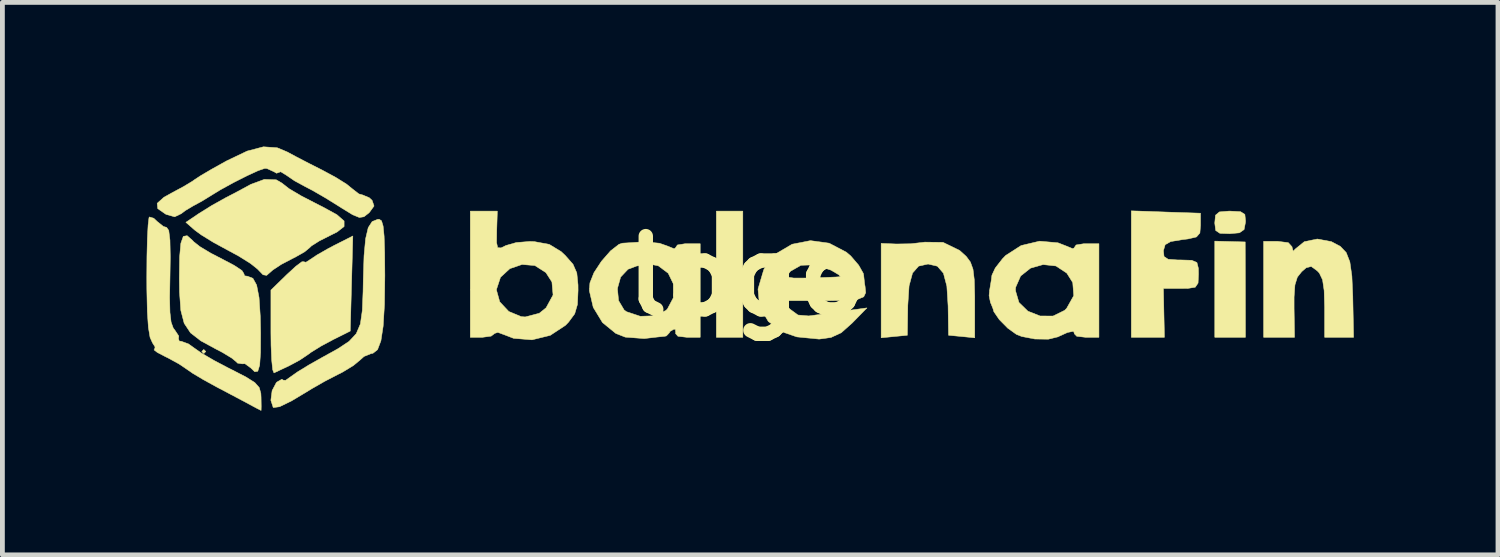
<source format=kicad_pcb>
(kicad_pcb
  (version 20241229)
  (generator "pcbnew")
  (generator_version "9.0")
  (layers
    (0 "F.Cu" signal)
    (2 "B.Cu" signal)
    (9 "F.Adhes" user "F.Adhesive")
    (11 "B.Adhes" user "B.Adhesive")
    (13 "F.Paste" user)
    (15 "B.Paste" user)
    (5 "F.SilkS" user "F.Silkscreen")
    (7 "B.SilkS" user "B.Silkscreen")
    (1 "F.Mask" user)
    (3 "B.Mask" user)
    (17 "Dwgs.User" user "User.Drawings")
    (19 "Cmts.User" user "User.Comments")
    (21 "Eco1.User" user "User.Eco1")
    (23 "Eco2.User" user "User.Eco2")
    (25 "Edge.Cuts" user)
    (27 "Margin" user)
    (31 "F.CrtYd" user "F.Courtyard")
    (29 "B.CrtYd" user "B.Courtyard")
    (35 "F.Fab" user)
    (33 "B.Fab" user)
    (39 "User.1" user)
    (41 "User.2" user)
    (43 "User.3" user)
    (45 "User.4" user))
  (footprint "logo"
    (layer "F.Cu")
    (at 12.494 2.699)
    (property "Reference" "logo" (at 0 0 0) (layer "F.SilkS") (effects (font (size 1.524 1.524) (thickness 0.3))))
    (attr through_hole)
    (fp_poly (pts (xy -11.261 1.566) (xy -11.303 1.609) (xy -11.345 1.566) (xy -11.303 1.524) (xy -11.261 1.566)) (stroke (width 0.01) (type solid)) (fill yes) (layer "F.SilkS"))
    (fp_poly (pts (xy -0.085 1.27) (xy -0.636 1.27) (xy -0.636 -1.355) (xy -0.085 -1.355) (xy -0.085 1.27)) (stroke (width 0.01) (type solid)) (fill yes) (layer "F.SilkS"))
    (fp_poly (pts (xy 10.37 -0.714) (xy 10.373 0.278) (xy 10.375 1.27) (xy 9.737 1.27) (xy 9.737 -0.731) (xy 10.37 -0.714)) (stroke (width 0.01) (type solid)) (fill yes) (layer "F.SilkS"))
    (fp_poly (pts (xy 10.273 -1.344) (xy 10.363 -1.287) (xy 10.377 -1.151) (xy 10.376 -1.125) (xy 10.347 -0.972) (xy 10.25 -0.904) (xy 10.05 -0.886) (xy 9.844 -0.893) (xy 9.756 -0.952) (xy 9.737 -1.101) (xy 9.737 -1.116) (xy 9.752 -1.271) (xy 9.833 -1.339) (xy 10.026 -1.355) (xy 10.062 -1.355) (xy 10.273 -1.344)) (stroke (width 0.01) (type solid)) (fill yes) (layer "F.SilkS"))
    (fp_poly (pts (xy -8.228 0.152) (xy -8.255 1.141) (xy -8.616 1.321) (xy -8.867 1.456) (xy -9.072 1.583) (xy -9.124 1.622) (xy -9.307 1.745) (xy -9.525 1.862) (xy -9.718 1.953) (xy -9.839 2.01) (xy -9.842 2.012) (xy -9.869 1.946) (xy -9.89 1.745) (xy -9.903 1.441) (xy -9.906 1.165) (xy -9.906 0.288) (xy -9.567 -0.042) (xy -9.385 -0.209) (xy -9.262 -0.301) (xy -9.229 -0.303) (xy -9.177 -0.291) (xy -9.098 -0.342) (xy -8.947 -0.443) (xy -8.712 -0.577) (xy -8.585 -0.644) (xy -8.201 -0.838) (xy -8.228 0.152)) (stroke (width 0.01) (type solid)) (fill yes) (layer "F.SilkS"))
    (fp_poly (pts (xy 8.72 -1.336) (xy 9.44 -1.312) (xy 9.44 -1.058) (xy 9.427 -0.9) (xy 9.356 -0.818) (xy 9.182 -0.777) (xy 9.059 -0.762) (xy 8.819 -0.722) (xy 8.704 -0.656) (xy 8.669 -0.536) (xy 8.668 -0.529) (xy 8.681 -0.41) (xy 8.765 -0.354) (xy 8.965 -0.339) (xy 9.028 -0.339) (xy 9.258 -0.332) (xy 9.365 -0.286) (xy 9.396 -0.164) (xy 9.398 -0.042) (xy 9.389 0.142) (xy 9.331 0.228) (xy 9.177 0.253) (xy 9.033 0.254) (xy 8.668 0.254) (xy 8.678 0.762) (xy 8.689 1.27) (xy 8 1.27) (xy 8 -1.361) (xy 8.72 -1.336)) (stroke (width 0.01) (type solid)) (fill yes) (layer "F.SilkS"))
    (fp_poly (pts (xy 4.082 -0.705) (xy 4.427 -0.537) (xy 4.564 -0.413) (xy 4.651 -0.296) (xy 4.705 -0.147) (xy 4.732 0.075) (xy 4.741 0.414) (xy 4.741 0.529) (xy 4.741 1.281) (xy 4.469 1.254) (xy 4.196 1.228) (xy 4.187 0.619) (xy 4.161 0.206) (xy 4.09 -0.063) (xy 3.964 -0.209) (xy 3.773 -0.254) (xy 3.768 -0.254) (xy 3.574 -0.211) (xy 3.447 -0.067) (xy 3.375 0.199) (xy 3.348 0.608) (xy 3.348 0.619) (xy 3.339 1.228) (xy 3.067 1.254) (xy 2.794 1.281) (xy 2.794 -0.684) (xy 3.111 -0.671) (xy 3.41 -0.676) (xy 3.691 -0.708) (xy 3.698 -0.71) (xy 4.082 -0.705)) (stroke (width 0.01) (type solid)) (fill yes) (layer "F.SilkS"))
    (fp_poly (pts (xy 12.16 -0.721) (xy 12.168 -0.718) (xy 12.349 -0.622) (xy 12.472 -0.493) (xy 12.548 -0.299) (xy 12.59 -0.005) (xy 12.609 0.42) (xy 12.61 0.487) (xy 12.626 1.27) (xy 12.023 1.27) (xy 12.023 0.648) (xy 12.013 0.298) (xy 11.98 0.074) (xy 11.913 -0.066) (xy 11.869 -0.113) (xy 11.744 -0.204) (xy 11.64 -0.177) (xy 11.546 -0.096) (xy 11.455 0.019) (xy 11.405 0.18) (xy 11.387 0.433) (xy 11.387 0.665) (xy 11.397 1.27) (xy 10.753 1.27) (xy 10.753 -0.726) (xy 11.049 -0.726) (xy 11.267 -0.699) (xy 11.345 -0.612) (xy 11.347 -0.596) (xy 11.368 -0.52) (xy 11.412 -0.566) (xy 11.6 -0.719) (xy 11.87 -0.775) (xy 12.16 -0.721)) (stroke (width 0.01) (type solid)) (fill yes) (layer "F.SilkS"))
    (fp_poly (pts (xy -11.533 -0.741) (xy -11.514 -0.719) (xy -11.385 -0.617) (xy -11.155 -0.479) (xy -10.911 -0.353) (xy -10.667 -0.224) (xy -10.508 -0.118) (xy -10.47 -0.057) (xy -10.454 -0.009) (xy -10.391 0) (xy -10.281 0.043) (xy -10.203 0.184) (xy -10.153 0.443) (xy -10.127 0.84) (xy -10.12 1.171) (xy -10.122 1.586) (xy -10.14 1.85) (xy -10.179 1.977) (xy -10.243 1.987) (xy -10.329 1.905) (xy -10.446 1.82) (xy -10.502 1.823) (xy -10.603 1.807) (xy -10.622 1.784) (xy -10.722 1.702) (xy -10.921 1.582) (xy -11.05 1.515) (xy -11.365 1.344) (xy -11.579 1.178) (xy -11.711 0.979) (xy -11.781 0.71) (xy -11.808 0.332) (xy -11.812 0.036) (xy -11.806 -0.403) (xy -11.78 -0.688) (xy -11.729 -0.83) (xy -11.649 -0.844) (xy -11.533 -0.741)) (stroke (width 0.01) (type solid)) (fill yes) (layer "F.SilkS"))
    (fp_poly (pts (xy -9.794 -2.007) (xy -9.676 -1.938) (xy -9.528 -1.822) (xy -9.277 -1.673) (xy -8.897 -1.477) (xy -8.84 -1.449) (xy -8.534 -1.282) (xy -8.383 -1.15) (xy -8.383 -1.035) (xy -8.529 -0.921) (xy -8.667 -0.852) (xy -8.899 -0.735) (xy -9.062 -0.632) (xy -9.1 -0.595) (xy -9.204 -0.509) (xy -9.4 -0.397) (xy -9.465 -0.365) (xy -9.695 -0.244) (xy -9.867 -0.13) (xy -9.891 -0.109) (xy -9.995 -0.018) (xy -10.07 -0.031) (xy -10.183 -0.148) (xy -10.328 -0.264) (xy -10.57 -0.416) (xy -10.81 -0.546) (xy -11.101 -0.704) (xy -11.354 -0.86) (xy -11.489 -0.959) (xy -11.676 -1.122) (xy -11.405 -1.305) (xy -11.132 -1.475) (xy -10.847 -1.634) (xy -10.837 -1.639) (xy -10.58 -1.773) (xy -10.348 -1.899) (xy -10.329 -1.91) (xy -10.043 -2.016) (xy -9.794 -2.007)) (stroke (width 0.01) (type solid)) (fill yes) (layer "F.SilkS"))
    (fp_poly (pts (xy -7.604 -1.154) (xy -7.571 -1.044) (xy -7.55 -0.833) (xy -7.539 -0.499) (xy -7.535 -0.018) (xy -7.535 -0.006) (xy -7.543 0.593) (xy -7.57 1.038) (xy -7.617 1.344) (xy -7.687 1.528) (xy -7.784 1.604) (xy -7.819 1.609) (xy -7.968 1.669) (xy -8.047 1.74) (xy -8.188 1.857) (xy -8.413 1.994) (xy -8.502 2.039) (xy -8.784 2.185) (xy -9.05 2.337) (xy -9.102 2.369) (xy -9.473 2.592) (xy -9.725 2.715) (xy -9.852 2.733) (xy -9.859 2.729) (xy -9.907 2.581) (xy -9.881 2.38) (xy -9.794 2.215) (xy -9.779 2.201) (xy -9.677 2.143) (xy -9.652 2.162) (xy -9.6 2.166) (xy -9.504 2.098) (xy -9.354 1.992) (xy -9.109 1.842) (xy -8.848 1.695) (xy -8.512 1.509) (xy -8.279 1.355) (xy -8.13 1.195) (xy -8.044 0.993) (xy -8.004 0.713) (xy -7.988 0.317) (xy -7.984 0.075) (xy -7.968 -0.427) (xy -7.935 -0.782) (xy -7.881 -1.011) (xy -7.799 -1.138) (xy -7.684 -1.184) (xy -7.652 -1.185) (xy -7.604 -1.154)) (stroke (width 0.01) (type solid)) (fill yes) (layer "F.SilkS"))
    (fp_poly (pts (xy -5.207 -0.944) (xy -5.21 -0.701) (xy -5.187 -0.594) (xy -5.117 -0.59) (xy -5.014 -0.64) (xy -4.801 -0.701) (xy -4.519 -0.724) (xy -4.426 -0.721) (xy -4.113 -0.663) (xy -3.866 -0.513) (xy -3.778 -0.43) (xy -3.619 -0.249) (xy -3.54 -0.069) (xy -3.515 0.18) (xy -3.514 0.296) (xy -3.527 0.587) (xy -3.584 0.782) (xy -3.712 0.955) (xy -3.778 1.023) (xy -4.093 1.23) (xy -4.473 1.323) (xy -4.855 1.292) (xy -5.029 1.225) (xy -5.183 1.168) (xy -5.249 1.189) (xy -5.249 1.19) (xy -5.323 1.246) (xy -5.5 1.27) (xy -5.503 1.27) (xy -5.757 1.27) (xy -5.757 0.284) (xy -5.213 0.284) (xy -5.144 0.532) (xy -4.956 0.733) (xy -4.699 0.84) (xy -4.614 0.847) (xy -4.32 0.77) (xy -4.179 0.656) (xy -4.034 0.39) (xy -4.058 0.119) (xy -4.183 -0.076) (xy -4.413 -0.223) (xy -4.68 -0.245) (xy -4.934 -0.158) (xy -5.128 0.021) (xy -5.212 0.275) (xy -5.213 0.284) (xy -5.757 0.284) (xy -5.757 -1.355) (xy -5.194 -1.355) (xy -5.207 -0.944)) (stroke (width 0.01) (type solid)) (fill yes) (layer "F.SilkS"))
    (fp_poly (pts (xy -1.82 -0.687) (xy -1.65 -0.627) (xy -1.514 -0.572) (xy -1.482 -0.593) (xy -1.484 -0.596) (xy -1.446 -0.651) (xy -1.284 -0.677) (xy -1.253 -0.677) (xy -0.972 -0.677) (xy -0.972 1.27) (xy -1.253 1.27) (xy -1.435 1.249) (xy -1.485 1.193) (xy -1.482 1.185) (xy -1.488 1.107) (xy -1.519 1.101) (xy -1.605 1.152) (xy -1.609 1.171) (xy -1.676 1.242) (xy -1.714 1.25) (xy -1.865 1.265) (xy -2.096 1.292) (xy -2.136 1.297) (xy -2.532 1.267) (xy -2.728 1.19) (xy -3.005 0.964) (xy -3.198 0.647) (xy -3.279 0.3) (xy -3.276 0.256) (xy -2.695 0.256) (xy -2.671 0.507) (xy -2.555 0.702) (xy -2.506 0.738) (xy -2.22 0.833) (xy -1.924 0.823) (xy -1.686 0.712) (xy -1.654 0.68) (xy -1.523 0.433) (xy -1.525 0.169) (xy -1.638 -0.063) (xy -1.845 -0.218) (xy -2.035 -0.254) (xy -2.295 -0.213) (xy -2.474 -0.146) (xy -2.628 0.017) (xy -2.695 0.256) (xy -3.276 0.256) (xy -3.267 0.138) (xy -3.183 -0.074) (xy -3.026 -0.313) (xy -2.839 -0.527) (xy -2.663 -0.664) (xy -2.593 -0.688) (xy -2.142 -0.717) (xy -1.82 -0.687)) (stroke (width 0.01) (type solid)) (fill yes) (layer "F.SilkS"))
    (fp_poly (pts (xy 1.711 -0.688) (xy 2.069 -0.501) (xy 2.161 -0.422) (xy 2.326 -0.23) (xy 2.422 -0.06) (xy 2.43 -0.021) (xy 2.449 0.155) (xy 2.459 0.212) (xy 2.472 0.342) (xy 2.432 0.427) (xy 2.312 0.477) (xy 2.085 0.501) (xy 1.722 0.508) (xy 1.596 0.508) (xy 0.736 0.508) (xy 0.895 0.684) (xy 1.063 0.807) (xy 1.285 0.826) (xy 1.353 0.818) (xy 1.624 0.779) (xy 1.952 0.734) (xy 2.074 0.717) (xy 2.498 0.659) (xy 2.192 0.972) (xy 1.965 1.174) (xy 1.75 1.274) (xy 1.503 1.308) (xy 1.039 1.262) (xy 0.768 1.169) (xy 0.446 0.942) (xy 0.265 0.633) (xy 0.231 0.267) (xy 0.317 -0.023) (xy 0.844 -0.023) (xy 0.859 0.021) (xy 0.979 0.038) (xy 1.233 0.037) (xy 1.337 0.034) (xy 1.63 0.025) (xy 1.85 0.016) (xy 1.947 0.009) (xy 1.912 -0.031) (xy 1.769 -0.116) (xy 1.747 -0.128) (xy 1.42 -0.238) (xy 1.123 -0.228) (xy 0.905 -0.103) (xy 0.844 -0.023) (xy 0.317 -0.023) (xy 0.35 -0.134) (xy 0.362 -0.157) (xy 0.607 -0.47) (xy 0.94 -0.666) (xy 1.322 -0.741) (xy 1.711 -0.688)) (stroke (width 0.01) (type solid)) (fill yes) (layer "F.SilkS"))
    (fp_poly (pts (xy 6.474 -0.696) (xy 6.641 -0.631) (xy 6.78 -0.574) (xy 6.816 -0.592) (xy 6.813 -0.596) (xy 6.851 -0.651) (xy 7.013 -0.677) (xy 7.044 -0.677) (xy 7.326 -0.677) (xy 7.326 1.27) (xy 7.044 1.27) (xy 6.864 1.249) (xy 6.811 1.194) (xy 6.815 1.186) (xy 6.795 1.145) (xy 6.672 1.17) (xy 6.494 1.25) (xy 6.477 1.26) (xy 6.273 1.31) (xy 5.992 1.306) (xy 5.718 1.253) (xy 5.609 1.21) (xy 5.428 1.08) (xy 5.253 0.903) (xy 5.139 0.737) (xy 5.122 0.677) (xy 5.082 0.575) (xy 5.069 0.55) (xy 5.04 0.403) (xy 5.05 0.296) (xy 5.588 0.296) (xy 5.661 0.545) (xy 5.848 0.727) (xy 6.101 0.827) (xy 6.371 0.828) (xy 6.61 0.711) (xy 6.654 0.668) (xy 6.802 0.404) (xy 6.781 0.132) (xy 6.658 -0.064) (xy 6.431 -0.214) (xy 6.164 -0.243) (xy 5.903 -0.169) (xy 5.697 -0.006) (xy 5.593 0.23) (xy 5.588 0.296) (xy 5.05 0.296) (xy 5.087 0.075) (xy 5.099 -0.022) (xy 5.168 -0.17) (xy 5.319 -0.364) (xy 5.386 -0.433) (xy 5.707 -0.639) (xy 6.091 -0.73) (xy 6.474 -0.696)) (stroke (width 0.01) (type solid)) (fill yes) (layer "F.SilkS"))
    (fp_poly (pts (xy -12.344 -1.207) (xy -12.276 -1.142) (xy -12.143 -1.036) (xy -12.076 -1.016) (xy -12.032 -0.952) (xy -12.007 -0.751) (xy -12 -0.402) (xy -12.006 -0.011) (xy -12.014 0.441) (xy -12.007 0.753) (xy -11.983 0.955) (xy -11.939 1.077) (xy -11.905 1.122) (xy -11.824 1.244) (xy -11.829 1.302) (xy -11.814 1.349) (xy -11.768 1.355) (xy -11.622 1.408) (xy -11.499 1.496) (xy -11.35 1.6) (xy -11.098 1.748) (xy -10.791 1.91) (xy -10.73 1.94) (xy -10.425 2.097) (xy -10.241 2.213) (xy -10.149 2.317) (xy -10.115 2.439) (xy -10.111 2.519) (xy -10.108 2.706) (xy -10.11 2.793) (xy -10.111 2.793) (xy -10.181 2.758) (xy -10.329 2.679) (xy -10.517 2.578) (xy -10.789 2.434) (xy -11.03 2.307) (xy -11.307 2.155) (xy -11.538 2.017) (xy -11.656 1.935) (xy -11.822 1.823) (xy -12.055 1.696) (xy -12.099 1.675) (xy -12.271 1.585) (xy -12.339 1.532) (xy -12.33 1.527) (xy -12.316 1.472) (xy -12.371 1.385) (xy -12.421 1.273) (xy -12.456 1.064) (xy -12.478 0.737) (xy -12.488 0.271) (xy -12.489 0.023) (xy -12.486 -0.414) (xy -12.477 -0.786) (xy -12.462 -1.064) (xy -12.444 -1.215) (xy -12.436 -1.234) (xy -12.344 -1.207)) (stroke (width 0.01) (type solid)) (fill yes) (layer "F.SilkS"))
    (fp_poly (pts (xy -9.775 -2.674) (xy -9.567 -2.587) (xy -9.381 -2.487) (xy -9.107 -2.345) (xy -8.838 -2.209) (xy -8.558 -2.058) (xy -8.332 -1.917) (xy -8.214 -1.821) (xy -8.075 -1.713) (xy -8.001 -1.693) (xy -7.859 -1.634) (xy -7.8 -1.579) (xy -7.76 -1.462) (xy -7.858 -1.327) (xy -7.871 -1.315) (xy -7.97 -1.238) (xy -8.066 -1.223) (xy -8.205 -1.28) (xy -8.432 -1.419) (xy -8.485 -1.453) (xy -8.77 -1.63) (xy -9.04 -1.786) (xy -9.186 -1.862) (xy -9.414 -1.986) (xy -9.588 -2.105) (xy -9.702 -2.175) (xy -9.737 -2.162) (xy -9.789 -2.144) (xy -9.842 -2.175) (xy -9.987 -2.241) (xy -10.033 -2.245) (xy -10.171 -2.198) (xy -10.404 -2.091) (xy -10.683 -1.95) (xy -10.956 -1.8) (xy -11.134 -1.691) (xy -11.342 -1.563) (xy -11.506 -1.474) (xy -11.515 -1.47) (xy -11.689 -1.366) (xy -11.771 -1.303) (xy -11.909 -1.237) (xy -12.083 -1.286) (xy -12.1 -1.295) (xy -12.261 -1.407) (xy -12.273 -1.518) (xy -12.132 -1.644) (xy -11.957 -1.741) (xy -11.721 -1.868) (xy -11.54 -1.977) (xy -11.5 -2.006) (xy -11.374 -2.089) (xy -11.145 -2.224) (xy -10.86 -2.383) (xy -10.825 -2.402) (xy -10.4 -2.605) (xy -10.061 -2.694) (xy -9.775 -2.674)) (stroke (width 0.01) (type solid)) (fill yes) (layer "F.SilkS")))
  (gr_rect
    (start -3 -3)
    (end 28.125 8.498)
    (stroke (width 0.1) (type default))
    (fill no)
    (layer "Edge.Cuts")))
</source>
